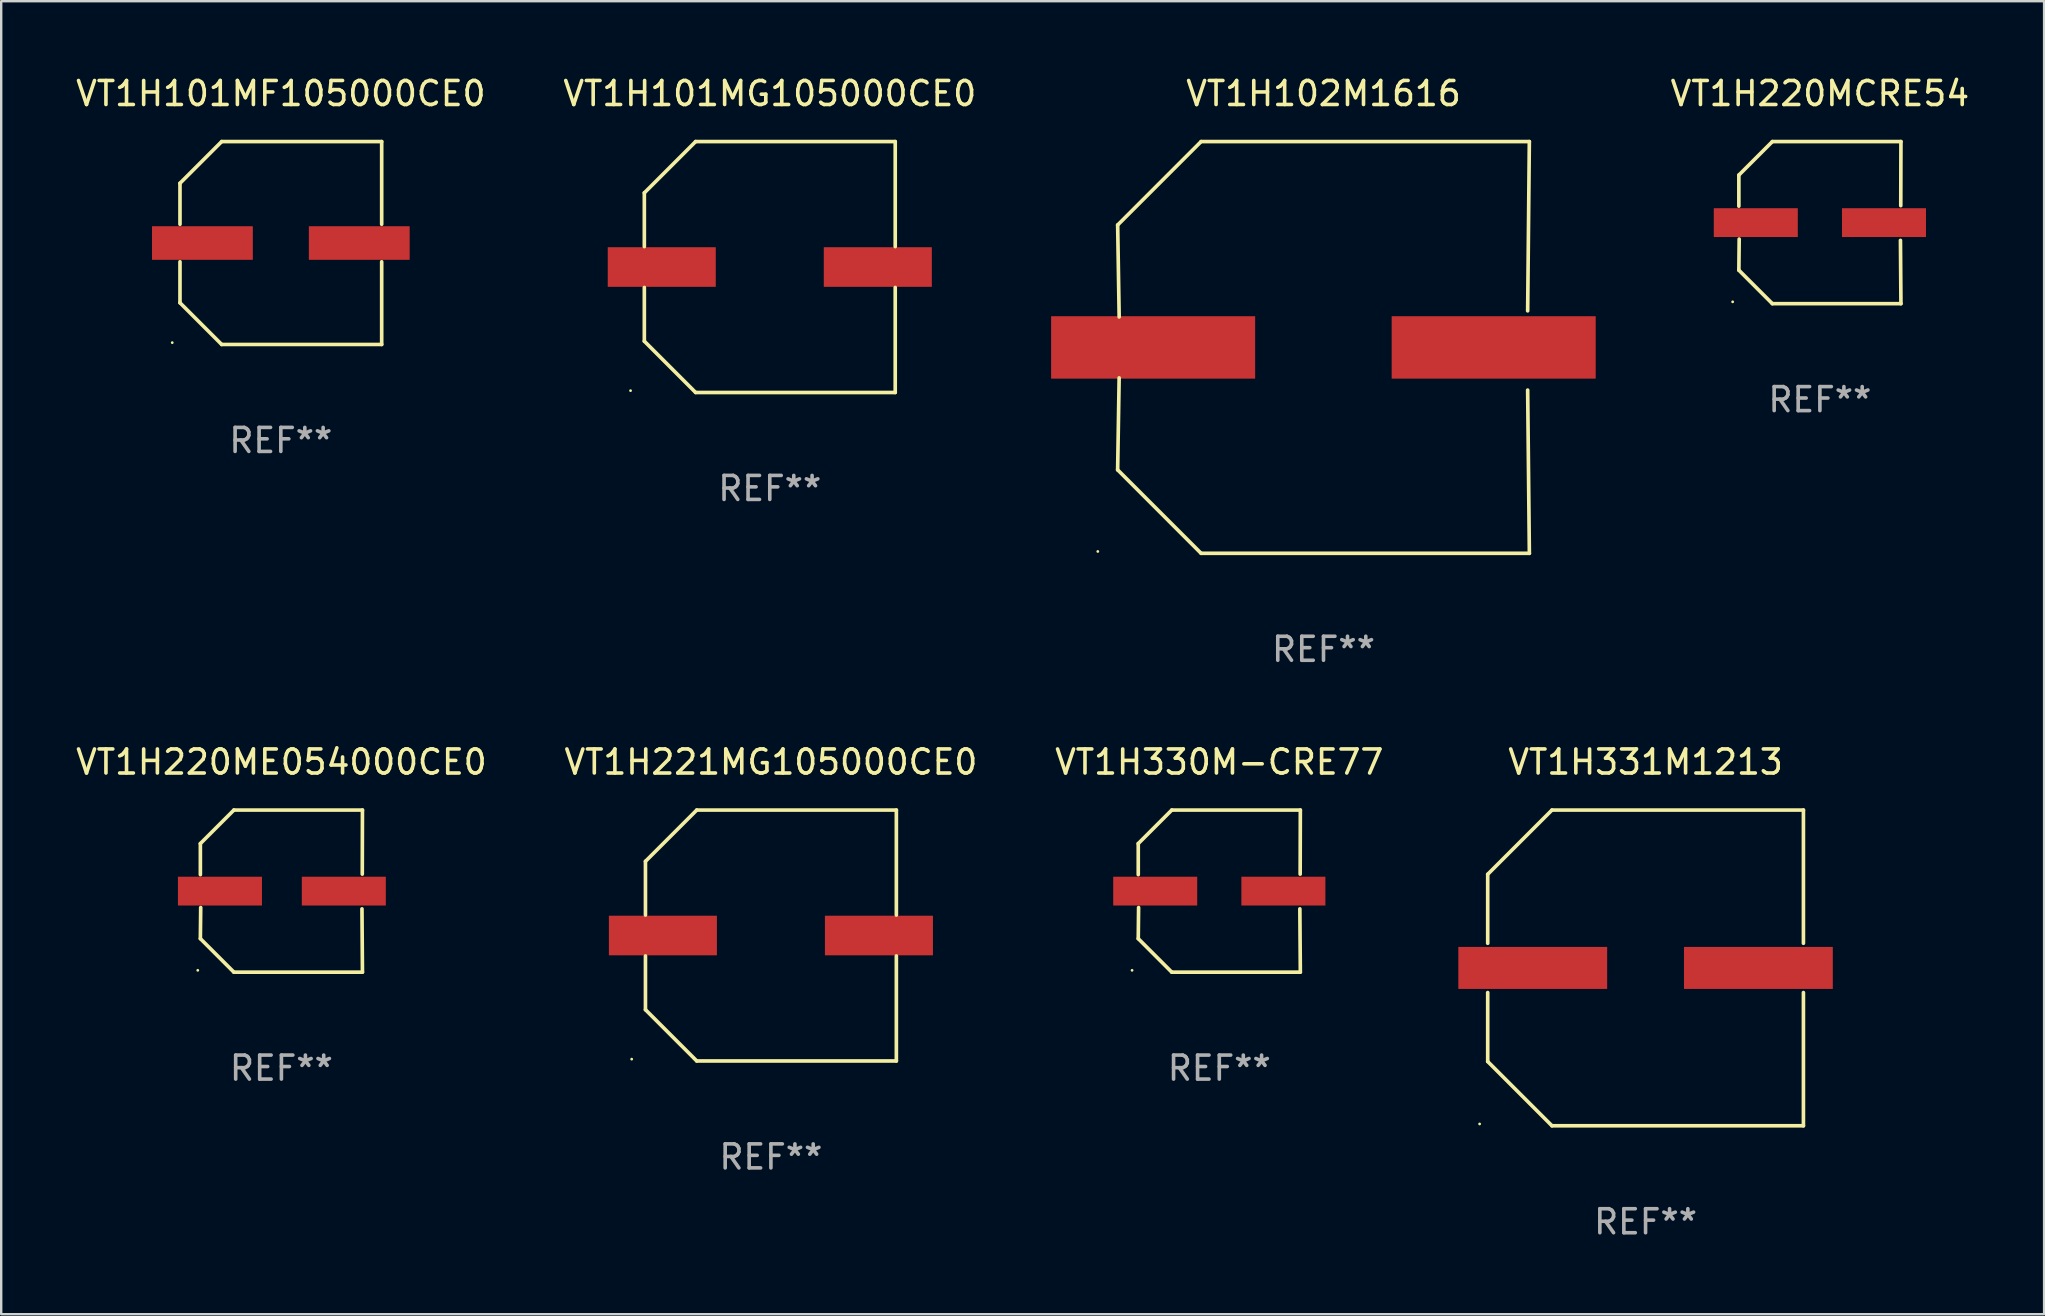
<source format=kicad_pcb>
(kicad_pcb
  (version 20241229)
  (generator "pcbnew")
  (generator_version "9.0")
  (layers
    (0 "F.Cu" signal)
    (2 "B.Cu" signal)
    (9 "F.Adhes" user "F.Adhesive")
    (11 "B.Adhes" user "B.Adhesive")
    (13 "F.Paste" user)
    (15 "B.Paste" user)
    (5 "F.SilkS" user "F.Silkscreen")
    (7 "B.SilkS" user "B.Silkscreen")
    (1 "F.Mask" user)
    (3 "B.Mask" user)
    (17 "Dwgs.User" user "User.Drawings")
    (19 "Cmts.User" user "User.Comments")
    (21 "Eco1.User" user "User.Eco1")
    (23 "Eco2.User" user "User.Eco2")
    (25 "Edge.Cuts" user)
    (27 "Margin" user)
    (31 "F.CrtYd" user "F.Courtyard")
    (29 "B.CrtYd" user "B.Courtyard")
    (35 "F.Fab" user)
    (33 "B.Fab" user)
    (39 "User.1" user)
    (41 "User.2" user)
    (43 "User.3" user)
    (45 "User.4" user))
  (footprint "VT1H331M1213"
    (layer "F.Cu")
    (at 65.502 37.272)
    (property "Reference" "VT1H331M1213" (at 0 -8.576 0) (layer "F.SilkS") (effects (font (size 1 1) (thickness 0.15))))
    (attr through_hole)
    (fp_line (start -6.576 -3.9) (end -6.576 -1.027) (stroke (width 0.152) (type solid)) (layer "F.SilkS"))
    (fp_line (start -6.576 3.9) (end -6.576 1.027) (stroke (width 0.152) (type solid)) (layer "F.SilkS"))
    (fp_line (start -3.9 -6.576) (end -6.576 -3.9) (stroke (width 0.152) (type solid)) (layer "F.SilkS"))
    (fp_line (start -3.9 6.576) (end -6.576 3.9) (stroke (width 0.152) (type solid)) (layer "F.SilkS"))
    (fp_line (start 6.576 -6.576) (end -3.9 -6.576) (stroke (width 0.152) (type solid)) (layer "F.SilkS"))
    (fp_line (start 6.576 -1.027) (end 6.576 -6.576) (stroke (width 0.152) (type solid)) (layer "F.SilkS"))
    (fp_line (start 6.576 1.027) (end 6.576 6.576) (stroke (width 0.152) (type solid)) (layer "F.SilkS"))
    (fp_line (start 6.576 6.576) (end -3.9 6.576) (stroke (width 0.152) (type solid)) (layer "F.SilkS"))
    (fp_circle (center -6.913 6.5) (end -6.883 6.5) (stroke (width 0.06) (type solid)) (fill no) (layer "F.SilkS"))
    (fp_text user "REF**" (at 0 10.576 0) (layer "F.Fab") (effects (font (size 1 1) (thickness 0.15))))
    (pad "1" smd rect (at -4.7 0) (size 6.2 1.75) (layers "F.Cu" "F.Mask" "F.Paste"))
    (pad "2" smd rect (at 4.7 0) (size 6.2 1.75) (layers "F.Cu" "F.Mask" "F.Paste")))
  (footprint "VT1H220MCRE54"
    (layer "F.Cu")
    (at 72.764 6.224)
    (property "Reference" "VT1H220MCRE54" (at 0 -5.376 0) (layer "F.SilkS") (effects (font (size 1 1) (thickness 0.15))))
    (attr through_hole)
    (fp_line (start -3.376 -1.98) (end -3.376 -0.686) (stroke (width 0.152) (type solid)) (layer "F.SilkS"))
    (fp_line (start -3.376 1.981) (end -3.362 0.686) (stroke (width 0.152) (type solid)) (layer "F.SilkS"))
    (fp_line (start -1.981 3.376) (end -3.376 1.981) (stroke (width 0.152) (type solid)) (layer "F.SilkS"))
    (fp_line (start -1.98 -3.376) (end -3.376 -1.98) (stroke (width 0.152) (type solid)) (layer "F.SilkS"))
    (fp_line (start 3.356 0.74) (end 3.376 3.376) (stroke (width 0.152) (type solid)) (layer "F.SilkS"))
    (fp_line (start 3.369 -0.707) (end 3.376 -3.376) (stroke (width 0.152) (type solid)) (layer "F.SilkS"))
    (fp_line (start 3.376 3.376) (end -1.981 3.376) (stroke (width 0.152) (type solid)) (layer "F.SilkS"))
    (fp_line (start 3.376 -3.376) (end -1.98 -3.376) (stroke (width 0.152) (type solid)) (layer "F.SilkS"))
    (fp_circle (center -3.634 3.3) (end -3.604 3.3) (stroke (width 0.06) (type solid)) (fill no) (layer "F.SilkS"))
    (fp_text user "REF**" (at 0 7.376 0) (layer "F.Fab") (effects (font (size 1 1) (thickness 0.15))))
    (pad "1" smd rect (at -2.67 0.000254) (size 3.5 1.2) (layers "F.Cu" "F.Mask" "F.Paste"))
    (pad "2" smd rect (at 2.67 0.000254) (size 3.5 1.2) (layers "F.Cu" "F.Mask" "F.Paste")))
  (footprint "VT1H221MG105000CE0"
    (layer "F.Cu")
    (at 29.065 35.922)
    (property "Reference" "VT1H221MG105000CE0" (at 0 -7.226 0) (layer "F.SilkS") (effects (font (size 1 1) (thickness 0.15))))
    (attr through_hole)
    (fp_line (start -5.226 -3.09) (end -5.226 -0.852) (stroke (width 0.152) (type solid)) (layer "F.SilkS"))
    (fp_line (start -5.226 3.09) (end -5.226 0.852) (stroke (width 0.152) (type solid)) (layer "F.SilkS"))
    (fp_line (start -3.09 -5.226) (end -5.226 -3.09) (stroke (width 0.152) (type solid)) (layer "F.SilkS"))
    (fp_line (start -3.09 5.226) (end -5.226 3.09) (stroke (width 0.152) (type solid)) (layer "F.SilkS"))
    (fp_line (start 5.226 -5.226) (end -3.09 -5.226) (stroke (width 0.152) (type solid)) (layer "F.SilkS"))
    (fp_line (start 5.226 -0.852) (end 5.226 -5.226) (stroke (width 0.152) (type solid)) (layer "F.SilkS"))
    (fp_line (start 5.226 0.852) (end 5.226 5.226) (stroke (width 0.152) (type solid)) (layer "F.SilkS"))
    (fp_line (start 5.226 5.226) (end -3.09 5.226) (stroke (width 0.152) (type solid)) (layer "F.SilkS"))
    (fp_circle (center -5.8 5.15) (end -5.77 5.15) (stroke (width 0.06) (type solid)) (fill no) (layer "F.SilkS"))
    (fp_text user "REF**" (at 0 9.226 0) (layer "F.Fab") (effects (font (size 1 1) (thickness 0.15))))
    (pad "1" smd rect (at -4.5 0) (size 4.5 1.65) (layers "F.Cu" "F.Mask" "F.Paste"))
    (pad "2" smd rect (at 4.5 0) (size 4.5 1.65) (layers "F.Cu" "F.Mask" "F.Paste")))
  (footprint "VT1H101MG105000CE0"
    (layer "F.Cu")
    (at 29.018 8.074)
    (property "Reference" "VT1H101MG105000CE0" (at 0 -7.226 0) (layer "F.SilkS") (effects (font (size 1 1) (thickness 0.15))))
    (attr through_hole)
    (fp_line (start -5.226 -3.09) (end -5.226 -0.852) (stroke (width 0.152) (type solid)) (layer "F.SilkS"))
    (fp_line (start -5.226 3.09) (end -5.226 0.852) (stroke (width 0.152) (type solid)) (layer "F.SilkS"))
    (fp_line (start -3.09 -5.226) (end -5.226 -3.09) (stroke (width 0.152) (type solid)) (layer "F.SilkS"))
    (fp_line (start -3.09 5.226) (end -5.226 3.09) (stroke (width 0.152) (type solid)) (layer "F.SilkS"))
    (fp_line (start 5.226 -5.226) (end -3.09 -5.226) (stroke (width 0.152) (type solid)) (layer "F.SilkS"))
    (fp_line (start 5.226 -0.852) (end 5.226 -5.226) (stroke (width 0.152) (type solid)) (layer "F.SilkS"))
    (fp_line (start 5.226 0.852) (end 5.226 5.226) (stroke (width 0.152) (type solid)) (layer "F.SilkS"))
    (fp_line (start 5.226 5.226) (end -3.09 5.226) (stroke (width 0.152) (type solid)) (layer "F.SilkS"))
    (fp_circle (center -5.8 5.15) (end -5.77 5.15) (stroke (width 0.06) (type solid)) (fill no) (layer "F.SilkS"))
    (fp_text user "REF**" (at 0 9.226 0) (layer "F.Fab") (effects (font (size 1 1) (thickness 0.15))))
    (pad "1" smd rect (at -4.5 0) (size 4.5 1.65) (layers "F.Cu" "F.Mask" "F.Paste"))
    (pad "2" smd rect (at 4.5 0) (size 4.5 1.65) (layers "F.Cu" "F.Mask" "F.Paste")))
  (footprint "VT1H101MF105000CE0"
    (layer "F.Cu")
    (at 8.649 7.074)
    (property "Reference" "VT1H101MF105000CE0" (at 0 -6.226 0) (layer "F.SilkS") (effects (font (size 1 1) (thickness 0.15))))
    (attr through_hole)
    (fp_line (start -4.201 -2.49) (end -4.201 -0.782) (stroke (width 0.152) (type solid)) (layer "F.SilkS"))
    (fp_line (start -4.201 2.49) (end -4.201 0.782) (stroke (width 0.152) (type solid)) (layer "F.SilkS"))
    (fp_line (start -2.465 -4.226) (end -4.201 -2.49) (stroke (width 0.152) (type solid)) (layer "F.SilkS"))
    (fp_line (start -2.465 4.226) (end -4.201 2.49) (stroke (width 0.152) (type solid)) (layer "F.SilkS"))
    (fp_line (start 4.201 -4.226) (end -2.465 -4.226) (stroke (width 0.152) (type solid)) (layer "F.SilkS"))
    (fp_line (start 4.201 -0.782) (end 4.201 -4.226) (stroke (width 0.152) (type solid)) (layer "F.SilkS"))
    (fp_line (start 4.201 0.782) (end 4.201 4.226) (stroke (width 0.152) (type solid)) (layer "F.SilkS"))
    (fp_line (start 4.201 4.226) (end -2.465 4.226) (stroke (width 0.152) (type solid)) (layer "F.SilkS"))
    (fp_circle (center -4.524 4.15) (end -4.494 4.15) (stroke (width 0.06) (type solid)) (fill no) (layer "F.SilkS"))
    (fp_text user "REF**" (at 0 8.226 0) (layer "F.Fab") (effects (font (size 1 1) (thickness 0.15))))
    (pad "1" smd rect (at -3.267 0) (size 4.2 1.4) (layers "F.Cu" "F.Mask" "F.Paste"))
    (pad "2" smd rect (at 3.267 0) (size 4.2 1.4) (layers "F.Cu" "F.Mask" "F.Paste")))
  (footprint "VT1H220ME054000CE0"
    (layer "F.Cu")
    (at 8.673 34.072)
    (property "Reference" "VT1H220ME054000CE0" (at 0 -5.376 0) (layer "F.SilkS") (effects (font (size 1 1) (thickness 0.15))))
    (attr through_hole)
    (fp_line (start -3.376 -1.98) (end -3.376 -0.686) (stroke (width 0.152) (type solid)) (layer "F.SilkS"))
    (fp_line (start -3.376 1.981) (end -3.362 0.686) (stroke (width 0.152) (type solid)) (layer "F.SilkS"))
    (fp_line (start -1.981 3.376) (end -3.376 1.981) (stroke (width 0.152) (type solid)) (layer "F.SilkS"))
    (fp_line (start -1.98 -3.376) (end -3.376 -1.98) (stroke (width 0.152) (type solid)) (layer "F.SilkS"))
    (fp_line (start 3.356 0.74) (end 3.376 3.376) (stroke (width 0.152) (type solid)) (layer "F.SilkS"))
    (fp_line (start 3.369 -0.707) (end 3.376 -3.376) (stroke (width 0.152) (type solid)) (layer "F.SilkS"))
    (fp_line (start 3.376 3.376) (end -1.981 3.376) (stroke (width 0.152) (type solid)) (layer "F.SilkS"))
    (fp_line (start 3.376 -3.376) (end -1.98 -3.376) (stroke (width 0.152) (type solid)) (layer "F.SilkS"))
    (fp_circle (center -3.484 3.3) (end -3.454 3.3) (stroke (width 0.06) (type solid)) (fill no) (layer "F.SilkS"))
    (fp_text user "REF**" (at 0 7.376 0) (layer "F.Fab") (effects (font (size 1 1) (thickness 0.15))))
    (pad "1" smd rect (at -2.56 0.000381) (size 3.5 1.2) (layers "F.Cu" "F.Mask" "F.Paste"))
    (pad "2" smd rect (at 2.6 0.000381) (size 3.5 1.2) (layers "F.Cu" "F.Mask" "F.Paste")))
  (footprint "VT1H330M-CRE77"
    (layer "F.Cu")
    (at 47.744 34.072)
    (property "Reference" "VT1H330M-CRE77" (at 0 -5.376 0) (layer "F.SilkS") (effects (font (size 1 1) (thickness 0.15))))
    (attr through_hole)
    (fp_line (start -3.376 -1.98) (end -3.376 -0.686) (stroke (width 0.152) (type solid)) (layer "F.SilkS"))
    (fp_line (start -3.376 1.981) (end -3.362 0.686) (stroke (width 0.152) (type solid)) (layer "F.SilkS"))
    (fp_line (start -1.981 3.376) (end -3.376 1.981) (stroke (width 0.152) (type solid)) (layer "F.SilkS"))
    (fp_line (start -1.98 -3.376) (end -3.376 -1.98) (stroke (width 0.152) (type solid)) (layer "F.SilkS"))
    (fp_line (start 3.356 0.74) (end 3.376 3.376) (stroke (width 0.152) (type solid)) (layer "F.SilkS"))
    (fp_line (start 3.369 -0.707) (end 3.376 -3.376) (stroke (width 0.152) (type solid)) (layer "F.SilkS"))
    (fp_line (start 3.376 3.376) (end -1.981 3.376) (stroke (width 0.152) (type solid)) (layer "F.SilkS"))
    (fp_line (start 3.376 -3.376) (end -1.98 -3.376) (stroke (width 0.152) (type solid)) (layer "F.SilkS"))
    (fp_circle (center -3.634 3.3) (end -3.604 3.3) (stroke (width 0.06) (type solid)) (fill no) (layer "F.SilkS"))
    (fp_text user "REF**" (at 0 7.376 0) (layer "F.Fab") (effects (font (size 1 1) (thickness 0.15))))
    (pad "1" smd rect (at -2.67 0.000254) (size 3.5 1.2) (layers "F.Cu" "F.Mask" "F.Paste"))
    (pad "2" smd rect (at 2.67 0.000254) (size 3.5 1.2) (layers "F.Cu" "F.Mask" "F.Paste")))
  (footprint "VT1H102M1616"
    (layer "F.Cu")
    (at 52.085 11.424)
    (property "Reference" "VT1H102M1616" (at 0 -10.576 0) (layer "F.SilkS") (effects (font (size 1 1) (thickness 0.15))))
    (attr through_hole)
    (fp_line (start -8.576 5.099) (end -8.513 1.269) (stroke (width 0.152) (type solid)) (layer "F.SilkS"))
    (fp_line (start -8.575 -5.101) (end -8.512 -1.271) (stroke (width 0.152) (type solid)) (layer "F.SilkS"))
    (fp_line (start -5.1 -8.576) (end -8.575 -5.101) (stroke (width 0.152) (type solid)) (layer "F.SilkS"))
    (fp_line (start -5.1 8.576) (end -8.576 5.099) (stroke (width 0.152) (type solid)) (layer "F.SilkS"))
    (fp_line (start 8.505 -1.525) (end 8.575 -8.576) (stroke (width 0.152) (type solid)) (layer "F.SilkS"))
    (fp_line (start 8.505 1.777) (end 8.576 8.576) (stroke (width 0.152) (type solid)) (layer "F.SilkS"))
    (fp_line (start 8.575 -8.576) (end -5.1 -8.576) (stroke (width 0.152) (type solid)) (layer "F.SilkS"))
    (fp_line (start 8.576 8.576) (end -5.1 8.576) (stroke (width 0.152) (type solid)) (layer "F.SilkS"))
    (fp_circle (center -9.402 8.499) (end -9.372 8.499) (stroke (width 0.06) (type solid)) (fill no) (layer "F.SilkS"))
    (fp_text user "REF**" (at 0 12.576 0) (layer "F.Fab") (effects (font (size 1 1) (thickness 0.15))))
    (pad "1" smd rect (at -7.097 -0.001) (size 8.5 2.6) (layers "F.Cu" "F.Mask" "F.Paste"))
    (pad "2" smd rect (at 7.09 -0.001) (size 8.5 2.6) (layers "F.Cu" "F.Mask" "F.Paste")))
  (gr_rect
    (start -3 -3)
    (end 82.104 51.697)
    (stroke (width 0.1) (type default))
    (fill no)
    (layer "Edge.Cuts")))
</source>
